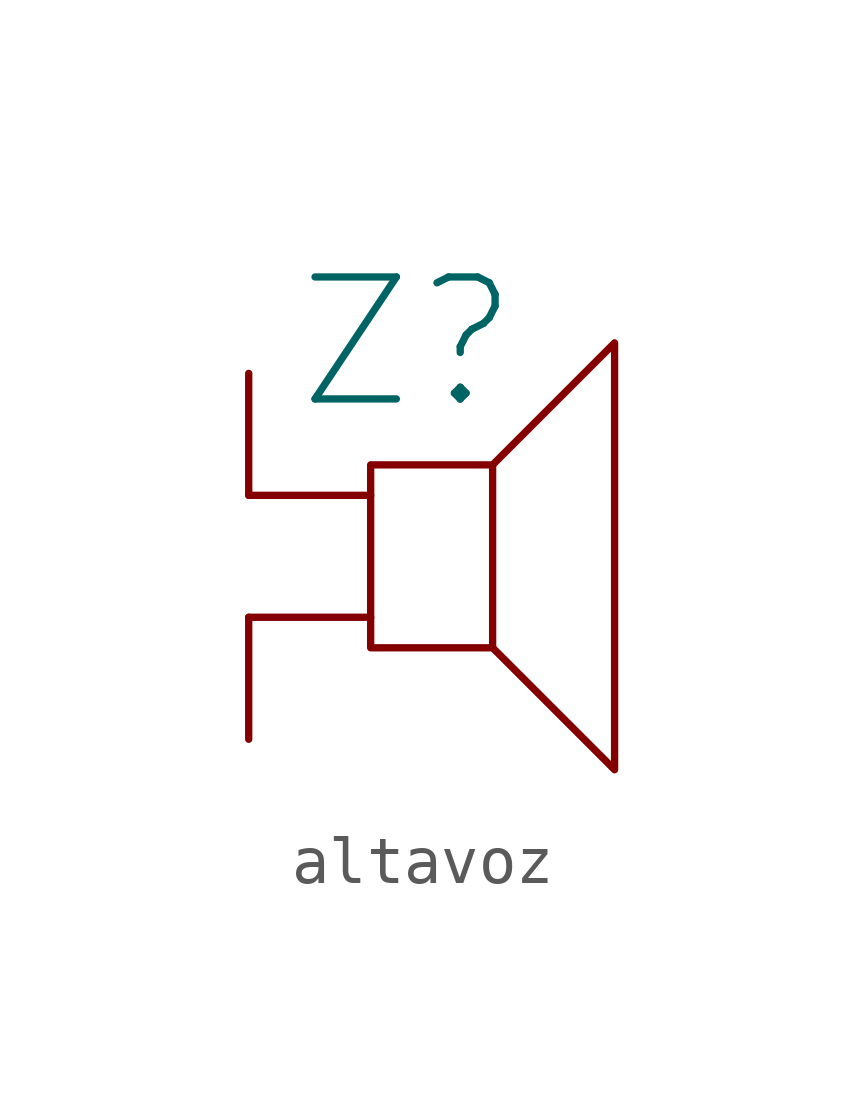
<source format=kicad_sym>
(kicad_symbol_lib
  (version 20231120)
  (generator "kicad_symbol_editor")
  (generator_version "8.0")
  (symbol "altavoz"
    (pin_names
      (offset 1.016))
    (property "Reference" "Z"
      (at 5.715 0.635 0)
      (effects (font (size 2.54 2.54)) (justify right)))
    (symbol "altavoz_0_0"
      (polyline (pts (xy 0 -5.08) (xy 2.54 -5.08)) (stroke (width 0) (type default)) (fill (type none)))
      (polyline (pts (xy 0 -2.54) (xy 2.54 -2.54)) (stroke (width 0) (type default)) (fill (type none)))
      (polyline (pts (xy 5.08 -1.905) (xy 7.62 0.635) (xy 7.62 -8.255) (xy 5.08 -5.715)) (stroke (width 0) (type default)) (fill (type none)))
      (rectangle (start 2.54 -1.905) (end 5.08 -5.715) (stroke (width 0) (type default)) (fill (type none))))
    (symbol "altavoz_1_1"
      (pin input line (at 0 -7.62 90) (length 2.54) (name "" (effects (font (size 1.27 1.27)))) (number "" (effects (font (size 1.143 1.143)))))
      (pin input line (at 0 0 270) (length 2.54) (name "" (effects (font (size 1.27 1.27)))) (number "" (effects (font (size 1.143 1.143))))))))
</source>
